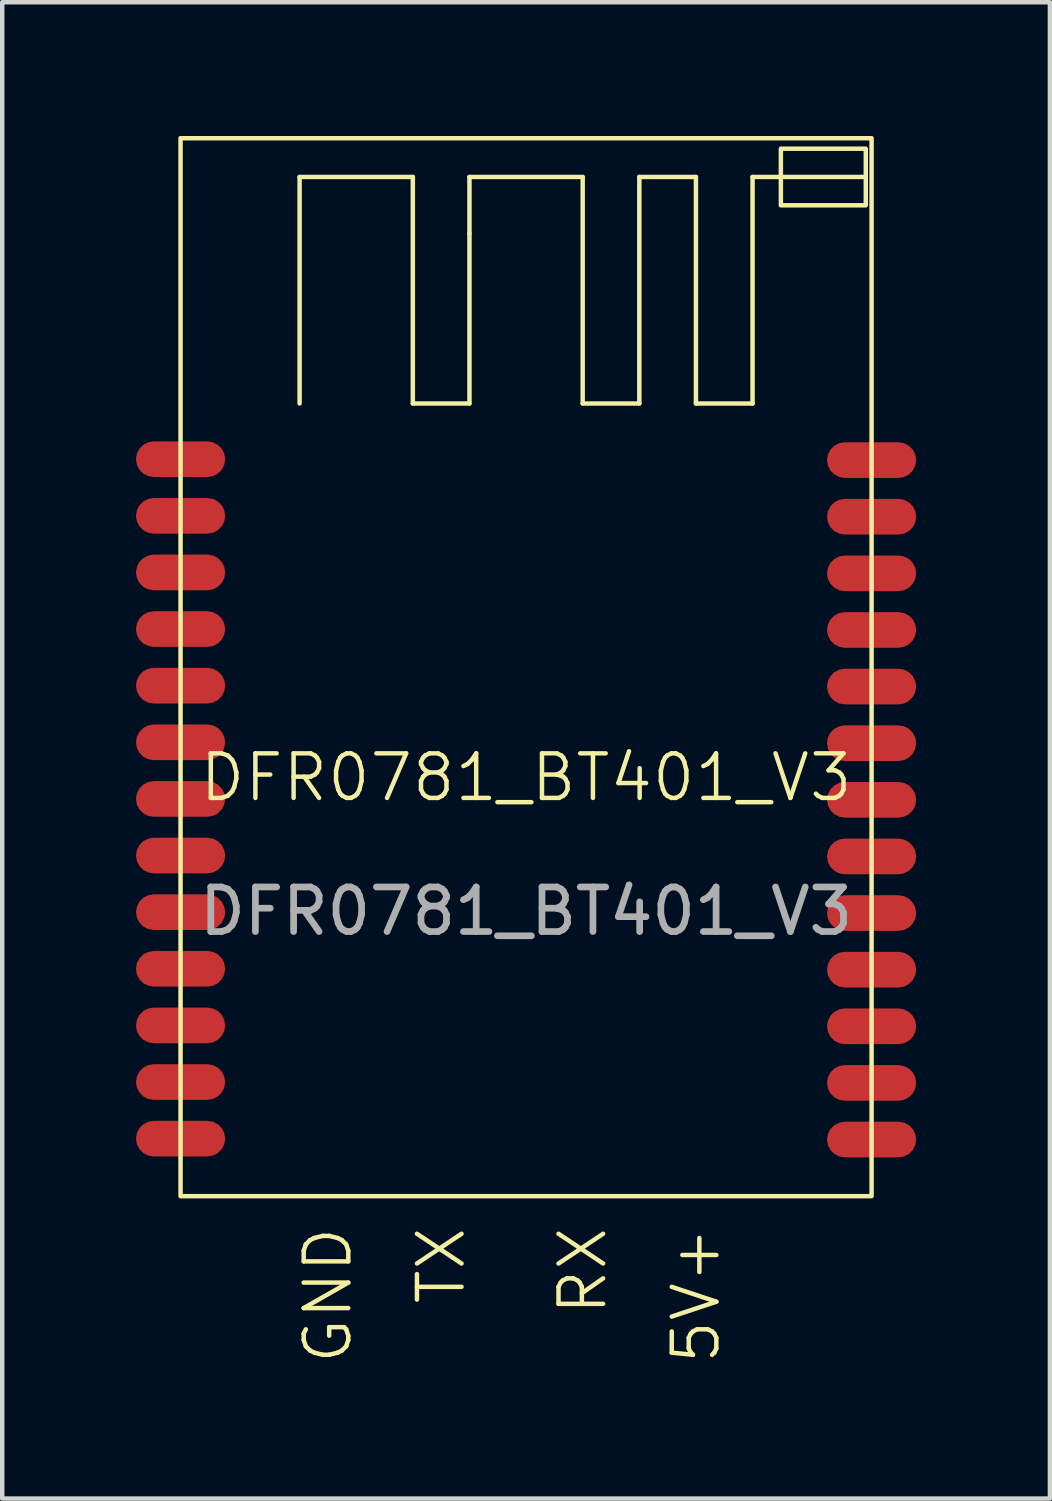
<source format=kicad_pcb>
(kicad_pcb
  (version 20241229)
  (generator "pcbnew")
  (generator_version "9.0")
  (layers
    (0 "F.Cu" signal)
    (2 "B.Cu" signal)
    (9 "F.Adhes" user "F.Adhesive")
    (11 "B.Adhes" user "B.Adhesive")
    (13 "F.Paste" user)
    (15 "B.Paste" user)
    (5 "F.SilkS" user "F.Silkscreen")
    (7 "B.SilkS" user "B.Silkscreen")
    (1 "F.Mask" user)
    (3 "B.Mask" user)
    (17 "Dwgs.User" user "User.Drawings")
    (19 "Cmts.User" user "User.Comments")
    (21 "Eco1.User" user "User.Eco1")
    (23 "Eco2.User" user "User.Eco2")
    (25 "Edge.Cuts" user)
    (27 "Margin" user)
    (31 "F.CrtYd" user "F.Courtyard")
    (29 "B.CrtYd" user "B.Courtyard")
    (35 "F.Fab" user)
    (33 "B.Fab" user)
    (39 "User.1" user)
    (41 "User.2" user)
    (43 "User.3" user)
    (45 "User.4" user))
  (footprint "DFR0781_BT401_V3"
    (layer "F.Cu")
    (at 8.75 14.89)
    (property "Reference" "DFR0781_BT401_V3" (at 0 -0.5 0) (unlocked yes) (layer "F.SilkS") (effects (font (size 1 1) (thickness 0.1))))
    (attr smd)
    (fp_line (start -5.08 -13.97) (end -2.54 -13.97) (stroke (width 0.1) (type default)) (layer "F.SilkS"))
    (fp_line (start -5.08 -8.89) (end -5.08 -13.97) (stroke (width 0.1) (type default)) (layer "F.SilkS"))
    (fp_line (start -2.54 -13.97) (end -2.54 -8.89) (stroke (width 0.1) (type default)) (layer "F.SilkS"))
    (fp_line (start -2.54 -8.89) (end -1.27 -8.89) (stroke (width 0.1) (type default)) (layer "F.SilkS"))
    (fp_line (start -1.27 -13.97) (end 1.27 -13.97) (stroke (width 0.1) (type default)) (layer "F.SilkS"))
    (fp_line (start -1.27 -12.7) (end -1.27 -13.97) (stroke (width 0.1) (type default)) (layer "F.SilkS"))
    (fp_line (start -1.27 -8.89) (end -1.27 -12.7) (stroke (width 0.1) (type default)) (layer "F.SilkS"))
    (fp_line (start 1.27 -13.97) (end 1.27 -8.89) (stroke (width 0.1) (type default)) (layer "F.SilkS"))
    (fp_line (start 1.27 -8.89) (end 2.54 -8.89) (stroke (width 0.1) (type default)) (layer "F.SilkS"))
    (fp_line (start 2.54 -13.97) (end 3.81 -13.97) (stroke (width 0.1) (type default)) (layer "F.SilkS"))
    (fp_line (start 2.54 -8.89) (end 2.54 -13.97) (stroke (width 0.1) (type default)) (layer "F.SilkS"))
    (fp_line (start 3.81 -13.97) (end 3.81 -8.89) (stroke (width 0.1) (type default)) (layer "F.SilkS"))
    (fp_line (start 3.81 -8.89) (end 5.08 -8.89) (stroke (width 0.1) (type default)) (layer "F.SilkS"))
    (fp_line (start 5.08 -13.97) (end 7.62 -13.97) (stroke (width 0.1) (type default)) (layer "F.SilkS"))
    (fp_line (start 5.08 -8.89) (end 5.08 -13.97) (stroke (width 0.1) (type default)) (layer "F.SilkS"))
    (fp_rect (start -7.75 -14.84) (end 7.75 8.89) (stroke (width 0.1) (type default)) (fill no) (layer "F.SilkS"))
    (fp_rect (start 5.715 -14.605) (end 7.62 -13.335) (stroke (width 0.1) (type default)) (fill no) (layer "F.SilkS"))
    (fp_text user "TX" (at -1.905 9.525 90) (unlocked yes) (layer "F.SilkS") (effects (font (size 1 1) (thickness 0.1)) (justify right)))
    (fp_text user "GND" (at -4.445 9.525 90) (unlocked yes) (layer "F.SilkS") (effects (font (size 1 1) (thickness 0.1)) (justify right)))
    (fp_text user "RX" (at 1.27 9.525 90) (unlocked yes) (layer "F.SilkS") (effects (font (size 1 1) (thickness 0.1)) (justify right)))
    (fp_text user "5V+" (at 3.81 9.525 90) (unlocked yes) (layer "F.SilkS") (effects (font (size 1 1) (thickness 0.1)) (justify right)))
    (fp_text user "${REFERENCE}" (at 0 2.5 0) (unlocked yes) (layer "F.Fab") (effects (font (size 1 1) (thickness 0.15))))
    (pad "1" smd roundrect (at -7.75 -7.64) (size 2 0.8) (layers "F.Cu" "F.Mask" "F.Paste") (roundrect_rratio 0.5))
    (pad "2" smd roundrect (at -7.75 -6.37) (size 2 0.8) (layers "F.Cu" "F.Mask" "F.Paste") (roundrect_rratio 0.5))
    (pad "3" smd roundrect (at -7.75 -5.1) (size 2 0.8) (layers "F.Cu" "F.Mask" "F.Paste") (roundrect_rratio 0.5))
    (pad "4" smd roundrect (at -7.75 -3.83) (size 2 0.8) (layers "F.Cu" "F.Mask" "F.Paste") (roundrect_rratio 0.5))
    (pad "5" smd roundrect (at -7.75 -2.56) (size 2 0.8) (layers "F.Cu" "F.Mask" "F.Paste") (roundrect_rratio 0.5))
    (pad "6" smd roundrect (at -7.75 -1.29) (size 2 0.8) (layers "F.Cu" "F.Mask" "F.Paste") (roundrect_rratio 0.5))
    (pad "7" smd roundrect (at -7.75 -0.02) (size 2 0.8) (layers "F.Cu" "F.Mask" "F.Paste") (roundrect_rratio 0.5))
    (pad "8" smd roundrect (at -7.75 1.25) (size 2 0.8) (layers "F.Cu" "F.Mask" "F.Paste") (roundrect_rratio 0.5))
    (pad "9" smd roundrect (at -7.75 2.52) (size 2 0.8) (layers "F.Cu" "F.Mask" "F.Paste") (roundrect_rratio 0.5))
    (pad "10" smd roundrect (at -7.75 3.79) (size 2 0.8) (layers "F.Cu" "F.Mask" "F.Paste") (roundrect_rratio 0.5))
    (pad "11" smd roundrect (at -7.75 5.06) (size 2 0.8) (layers "F.Cu" "F.Mask" "F.Paste") (roundrect_rratio 0.5))
    (pad "12" smd roundrect (at -7.75 6.33) (size 2 0.8) (layers "F.Cu" "F.Mask" "F.Paste") (roundrect_rratio 0.5))
    (pad "13" smd roundrect (at -7.75 7.6) (size 2 0.8) (layers "F.Cu" "F.Mask" "F.Paste") (roundrect_rratio 0.5))
    (pad "14" smd roundrect (at 7.75 7.62) (size 2 0.8) (layers "F.Cu" "F.Mask" "F.Paste") (roundrect_rratio 0.5))
    (pad "15" smd roundrect (at 7.75 6.35) (size 2 0.8) (layers "F.Cu" "F.Mask" "F.Paste") (roundrect_rratio 0.5))
    (pad "16" smd roundrect (at 7.75 5.08) (size 2 0.8) (layers "F.Cu" "F.Mask" "F.Paste") (roundrect_rratio 0.5))
    (pad "17" smd roundrect (at 7.75 3.81) (size 2 0.8) (layers "F.Cu" "F.Mask" "F.Paste") (roundrect_rratio 0.5))
    (pad "18" smd roundrect (at 7.75 2.54) (size 2 0.8) (layers "F.Cu" "F.Mask" "F.Paste") (roundrect_rratio 0.5))
    (pad "19" smd roundrect (at 7.75 1.27) (size 2 0.8) (layers "F.Cu" "F.Mask" "F.Paste") (roundrect_rratio 0.5))
    (pad "20" smd roundrect (at 7.75 0) (size 2 0.8) (layers "F.Cu" "F.Mask" "F.Paste") (roundrect_rratio 0.5))
    (pad "21" smd roundrect (at 7.75 -1.27) (size 2 0.8) (layers "F.Cu" "F.Mask" "F.Paste") (roundrect_rratio 0.5))
    (pad "22" smd roundrect (at 7.75 -2.54) (size 2 0.8) (layers "F.Cu" "F.Mask" "F.Paste") (roundrect_rratio 0.5))
    (pad "23" smd roundrect (at 7.75 -3.81) (size 2 0.8) (layers "F.Cu" "F.Mask" "F.Paste") (roundrect_rratio 0.5))
    (pad "24" smd roundrect (at 7.75 -5.08) (size 2 0.8) (layers "F.Cu" "F.Mask" "F.Paste") (roundrect_rratio 0.5))
    (pad "25" smd roundrect (at 7.75 -6.35) (size 2 0.8) (layers "F.Cu" "F.Mask" "F.Paste") (roundrect_rratio 0.5))
    (pad "26" smd roundrect (at 7.75 -7.62) (size 2 0.8) (layers "F.Cu" "F.Mask" "F.Paste") (roundrect_rratio 0.5)))
  (gr_rect
    (start -3 -3)
    (end 20.5 30.563)
    (stroke (width 0.1) (type default))
    (fill no)
    (layer "Edge.Cuts")))
</source>
